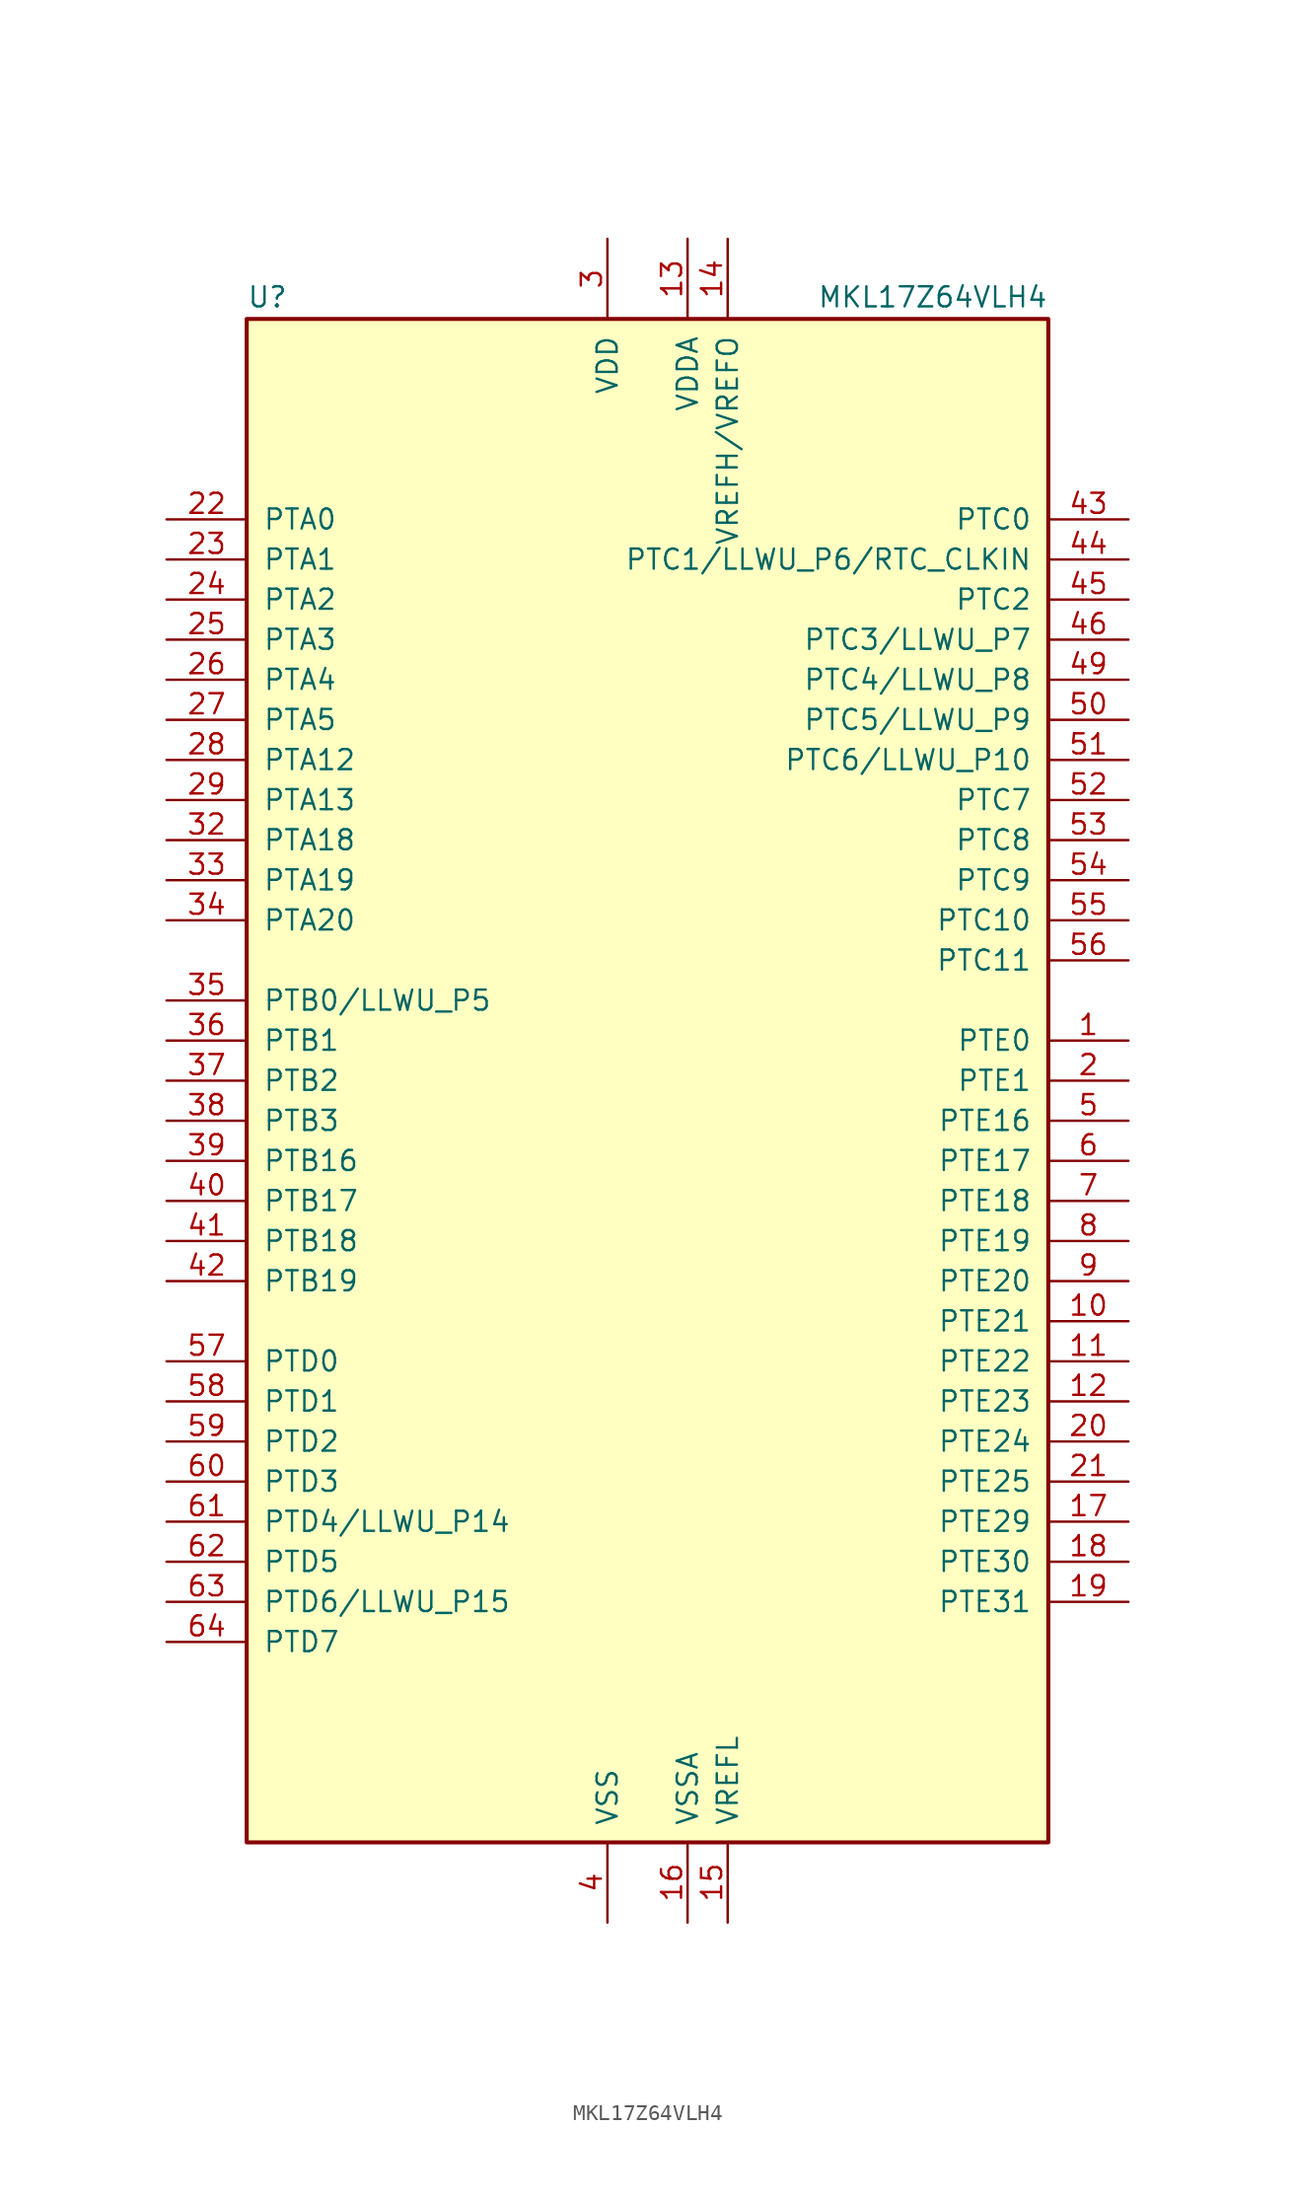
<source format=kicad_sym>
(kicad_symbol_lib
  (version 20211014)
  (generator kicad_symbol_editor)
  (symbol "MKL17Z64VLH4"
    (pin_names
      (offset 1.016))
    (property "Reference" "U"
      (at -25.4 48.895 0)
      (effects (font (size 1.27 1.27)) (justify left bottom)))
    (property "Value" "MKL17Z64VLH4"
      (at 25.4 48.895 0)
      (effects (font (size 1.27 1.27)) (justify right bottom)))
    (symbol "MKL17Z64VLH4_0_1"
      (rectangle (start -25.4 48.26) (end 25.4 -48.26) (stroke (width 0.254) (type default) (color 0 0 0 0)) (fill (type background))))
    (symbol "MKL17Z64VLH4_1_1"
      (pin bidirectional line (at 30.48 2.54 180) (length 5.08) (name "PTE0" (effects (font (size 1.27 1.27)))) (number "1" (effects (font (size 1.27 1.27)))))
      (pin bidirectional line (at 30.48 -15.24 180) (length 5.08) (name "PTE21" (effects (font (size 1.27 1.27)))) (number "10" (effects (font (size 1.27 1.27)))))
      (pin bidirectional line (at 30.48 -17.78 180) (length 5.08) (name "PTE22" (effects (font (size 1.27 1.27)))) (number "11" (effects (font (size 1.27 1.27)))))
      (pin bidirectional line (at 30.48 -20.32 180) (length 5.08) (name "PTE23" (effects (font (size 1.27 1.27)))) (number "12" (effects (font (size 1.27 1.27)))))
      (pin power_in line (at 2.54 53.34 270) (length 5.08) (name "VDDA" (effects (font (size 1.27 1.27)))) (number "13" (effects (font (size 1.27 1.27)))))
      (pin power_in line (at 5.08 53.34 270) (length 5.08) (name "VREFH/VREFO" (effects (font (size 1.27 1.27)))) (number "14" (effects (font (size 1.27 1.27)))))
      (pin power_in line (at 5.08 -53.34 90) (length 5.08) (name "VREFL" (effects (font (size 1.27 1.27)))) (number "15" (effects (font (size 1.27 1.27)))))
      (pin power_in line (at 2.54 -53.34 90) (length 5.08) (name "VSSA" (effects (font (size 1.27 1.27)))) (number "16" (effects (font (size 1.27 1.27)))))
      (pin bidirectional line (at 30.48 -27.94 180) (length 5.08) (name "PTE29" (effects (font (size 1.27 1.27)))) (number "17" (effects (font (size 1.27 1.27)))))
      (pin bidirectional line (at 30.48 -30.48 180) (length 5.08) (name "PTE30" (effects (font (size 1.27 1.27)))) (number "18" (effects (font (size 1.27 1.27)))))
      (pin bidirectional line (at 30.48 -33.02 180) (length 5.08) (name "PTE31" (effects (font (size 1.27 1.27)))) (number "19" (effects (font (size 1.27 1.27)))))
      (pin bidirectional line (at 30.48 0 180) (length 5.08) (name "PTE1" (effects (font (size 1.27 1.27)))) (number "2" (effects (font (size 1.27 1.27)))))
      (pin bidirectional line (at 30.48 -22.86 180) (length 5.08) (name "PTE24" (effects (font (size 1.27 1.27)))) (number "20" (effects (font (size 1.27 1.27)))))
      (pin bidirectional line (at 30.48 -25.4 180) (length 5.08) (name "PTE25" (effects (font (size 1.27 1.27)))) (number "21" (effects (font (size 1.27 1.27)))))
      (pin bidirectional line (at -30.48 35.56 0) (length 5.08) (name "PTA0" (effects (font (size 1.27 1.27)))) (number "22" (effects (font (size 1.27 1.27)))))
      (pin bidirectional line (at -30.48 33.02 0) (length 5.08) (name "PTA1" (effects (font (size 1.27 1.27)))) (number "23" (effects (font (size 1.27 1.27)))))
      (pin bidirectional line (at -30.48 30.48 0) (length 5.08) (name "PTA2" (effects (font (size 1.27 1.27)))) (number "24" (effects (font (size 1.27 1.27)))))
      (pin bidirectional line (at -30.48 27.94 0) (length 5.08) (name "PTA3" (effects (font (size 1.27 1.27)))) (number "25" (effects (font (size 1.27 1.27)))))
      (pin bidirectional line (at -30.48 25.4 0) (length 5.08) (name "PTA4" (effects (font (size 1.27 1.27)))) (number "26" (effects (font (size 1.27 1.27)))))
      (pin bidirectional line (at -30.48 22.86 0) (length 5.08) (name "PTA5" (effects (font (size 1.27 1.27)))) (number "27" (effects (font (size 1.27 1.27)))))
      (pin bidirectional line (at -30.48 20.32 0) (length 5.08) (name "PTA12" (effects (font (size 1.27 1.27)))) (number "28" (effects (font (size 1.27 1.27)))))
      (pin bidirectional line (at -30.48 17.78 0) (length 5.08) (name "PTA13" (effects (font (size 1.27 1.27)))) (number "29" (effects (font (size 1.27 1.27)))))
      (pin power_in line (at -2.54 53.34 270) (length 5.08) (name "VDD" (effects (font (size 1.27 1.27)))) (number "3" (effects (font (size 1.27 1.27)))))
      (pin passive line (at -2.54 53.34 270) (length 5.08) hide (name "VDD" (effects (font (size 1.27 1.27)))) (number "30" (effects (font (size 1.27 1.27)))))
      (pin passive line (at -2.54 -53.34 90) (length 5.08) hide (name "VSS" (effects (font (size 1.27 1.27)))) (number "31" (effects (font (size 1.27 1.27)))))
      (pin bidirectional line (at -30.48 15.24 0) (length 5.08) (name "PTA18" (effects (font (size 1.27 1.27)))) (number "32" (effects (font (size 1.27 1.27)))))
      (pin bidirectional line (at -30.48 12.7 0) (length 5.08) (name "PTA19" (effects (font (size 1.27 1.27)))) (number "33" (effects (font (size 1.27 1.27)))))
      (pin bidirectional line (at -30.48 10.16 0) (length 5.08) (name "PTA20" (effects (font (size 1.27 1.27)))) (number "34" (effects (font (size 1.27 1.27)))))
      (pin bidirectional line (at -30.48 5.08 0) (length 5.08) (name "PTB0/LLWU_P5" (effects (font (size 1.27 1.27)))) (number "35" (effects (font (size 1.27 1.27)))))
      (pin bidirectional line (at -30.48 2.54 0) (length 5.08) (name "PTB1" (effects (font (size 1.27 1.27)))) (number "36" (effects (font (size 1.27 1.27)))))
      (pin bidirectional line (at -30.48 0 0) (length 5.08) (name "PTB2" (effects (font (size 1.27 1.27)))) (number "37" (effects (font (size 1.27 1.27)))))
      (pin bidirectional line (at -30.48 -2.54 0) (length 5.08) (name "PTB3" (effects (font (size 1.27 1.27)))) (number "38" (effects (font (size 1.27 1.27)))))
      (pin bidirectional line (at -30.48 -5.08 0) (length 5.08) (name "PTB16" (effects (font (size 1.27 1.27)))) (number "39" (effects (font (size 1.27 1.27)))))
      (pin power_in line (at -2.54 -53.34 90) (length 5.08) (name "VSS" (effects (font (size 1.27 1.27)))) (number "4" (effects (font (size 1.27 1.27)))))
      (pin bidirectional line (at -30.48 -7.62 0) (length 5.08) (name "PTB17" (effects (font (size 1.27 1.27)))) (number "40" (effects (font (size 1.27 1.27)))))
      (pin bidirectional line (at -30.48 -10.16 0) (length 5.08) (name "PTB18" (effects (font (size 1.27 1.27)))) (number "41" (effects (font (size 1.27 1.27)))))
      (pin bidirectional line (at -30.48 -12.7 0) (length 5.08) (name "PTB19" (effects (font (size 1.27 1.27)))) (number "42" (effects (font (size 1.27 1.27)))))
      (pin bidirectional line (at 30.48 35.56 180) (length 5.08) (name "PTC0" (effects (font (size 1.27 1.27)))) (number "43" (effects (font (size 1.27 1.27)))))
      (pin bidirectional line (at 30.48 33.02 180) (length 5.08) (name "PTC1/LLWU_P6/RTC_CLKIN" (effects (font (size 1.27 1.27)))) (number "44" (effects (font (size 1.27 1.27)))))
      (pin bidirectional line (at 30.48 30.48 180) (length 5.08) (name "PTC2" (effects (font (size 1.27 1.27)))) (number "45" (effects (font (size 1.27 1.27)))))
      (pin bidirectional line (at 30.48 27.94 180) (length 5.08) (name "PTC3/LLWU_P7" (effects (font (size 1.27 1.27)))) (number "46" (effects (font (size 1.27 1.27)))))
      (pin passive line (at -2.54 -53.34 90) (length 5.08) hide (name "VSS" (effects (font (size 1.27 1.27)))) (number "47" (effects (font (size 1.27 1.27)))))
      (pin passive line (at -2.54 53.34 270) (length 5.08) hide (name "VDD" (effects (font (size 1.27 1.27)))) (number "48" (effects (font (size 1.27 1.27)))))
      (pin bidirectional line (at 30.48 25.4 180) (length 5.08) (name "PTC4/LLWU_P8" (effects (font (size 1.27 1.27)))) (number "49" (effects (font (size 1.27 1.27)))))
      (pin bidirectional line (at 30.48 -2.54 180) (length 5.08) (name "PTE16" (effects (font (size 1.27 1.27)))) (number "5" (effects (font (size 1.27 1.27)))))
      (pin bidirectional line (at 30.48 22.86 180) (length 5.08) (name "PTC5/LLWU_P9" (effects (font (size 1.27 1.27)))) (number "50" (effects (font (size 1.27 1.27)))))
      (pin bidirectional line (at 30.48 20.32 180) (length 5.08) (name "PTC6/LLWU_P10" (effects (font (size 1.27 1.27)))) (number "51" (effects (font (size 1.27 1.27)))))
      (pin bidirectional line (at 30.48 17.78 180) (length 5.08) (name "PTC7" (effects (font (size 1.27 1.27)))) (number "52" (effects (font (size 1.27 1.27)))))
      (pin bidirectional line (at 30.48 15.24 180) (length 5.08) (name "PTC8" (effects (font (size 1.27 1.27)))) (number "53" (effects (font (size 1.27 1.27)))))
      (pin bidirectional line (at 30.48 12.7 180) (length 5.08) (name "PTC9" (effects (font (size 1.27 1.27)))) (number "54" (effects (font (size 1.27 1.27)))))
      (pin bidirectional line (at 30.48 10.16 180) (length 5.08) (name "PTC10" (effects (font (size 1.27 1.27)))) (number "55" (effects (font (size 1.27 1.27)))))
      (pin bidirectional line (at 30.48 7.62 180) (length 5.08) (name "PTC11" (effects (font (size 1.27 1.27)))) (number "56" (effects (font (size 1.27 1.27)))))
      (pin bidirectional line (at -30.48 -17.78 0) (length 5.08) (name "PTD0" (effects (font (size 1.27 1.27)))) (number "57" (effects (font (size 1.27 1.27)))))
      (pin bidirectional line (at -30.48 -20.32 0) (length 5.08) (name "PTD1" (effects (font (size 1.27 1.27)))) (number "58" (effects (font (size 1.27 1.27)))))
      (pin bidirectional line (at -30.48 -22.86 0) (length 5.08) (name "PTD2" (effects (font (size 1.27 1.27)))) (number "59" (effects (font (size 1.27 1.27)))))
      (pin bidirectional line (at 30.48 -5.08 180) (length 5.08) (name "PTE17" (effects (font (size 1.27 1.27)))) (number "6" (effects (font (size 1.27 1.27)))))
      (pin bidirectional line (at -30.48 -25.4 0) (length 5.08) (name "PTD3" (effects (font (size 1.27 1.27)))) (number "60" (effects (font (size 1.27 1.27)))))
      (pin bidirectional line (at -30.48 -27.94 0) (length 5.08) (name "PTD4/LLWU_P14" (effects (font (size 1.27 1.27)))) (number "61" (effects (font (size 1.27 1.27)))))
      (pin bidirectional line (at -30.48 -30.48 0) (length 5.08) (name "PTD5" (effects (font (size 1.27 1.27)))) (number "62" (effects (font (size 1.27 1.27)))))
      (pin bidirectional line (at -30.48 -33.02 0) (length 5.08) (name "PTD6/LLWU_P15" (effects (font (size 1.27 1.27)))) (number "63" (effects (font (size 1.27 1.27)))))
      (pin bidirectional line (at -30.48 -35.56 0) (length 5.08) (name "PTD7" (effects (font (size 1.27 1.27)))) (number "64" (effects (font (size 1.27 1.27)))))
      (pin bidirectional line (at 30.48 -7.62 180) (length 5.08) (name "PTE18" (effects (font (size 1.27 1.27)))) (number "7" (effects (font (size 1.27 1.27)))))
      (pin bidirectional line (at 30.48 -10.16 180) (length 5.08) (name "PTE19" (effects (font (size 1.27 1.27)))) (number "8" (effects (font (size 1.27 1.27)))))
      (pin bidirectional line (at 30.48 -12.7 180) (length 5.08) (name "PTE20" (effects (font (size 1.27 1.27)))) (number "9" (effects (font (size 1.27 1.27))))))))
</source>
